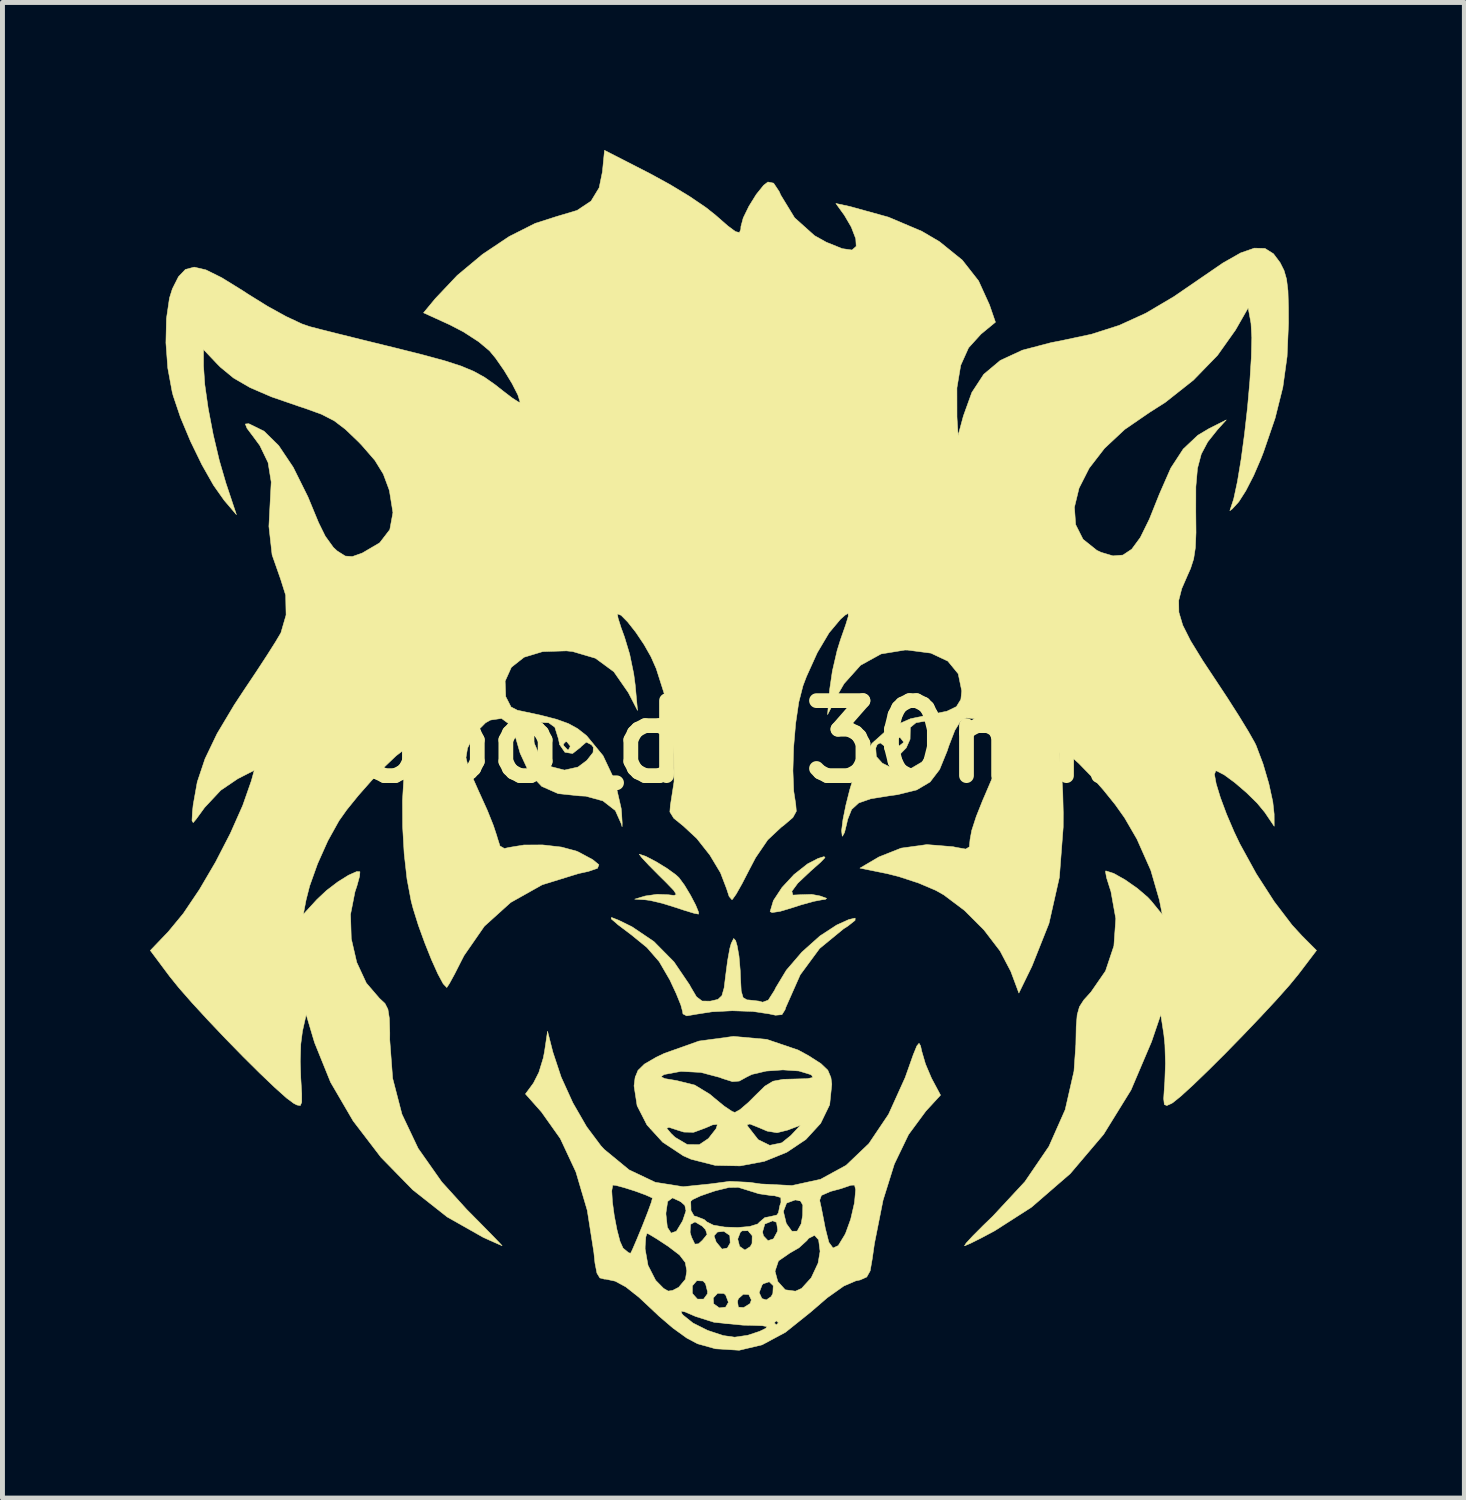
<source format=kicad_pcb>
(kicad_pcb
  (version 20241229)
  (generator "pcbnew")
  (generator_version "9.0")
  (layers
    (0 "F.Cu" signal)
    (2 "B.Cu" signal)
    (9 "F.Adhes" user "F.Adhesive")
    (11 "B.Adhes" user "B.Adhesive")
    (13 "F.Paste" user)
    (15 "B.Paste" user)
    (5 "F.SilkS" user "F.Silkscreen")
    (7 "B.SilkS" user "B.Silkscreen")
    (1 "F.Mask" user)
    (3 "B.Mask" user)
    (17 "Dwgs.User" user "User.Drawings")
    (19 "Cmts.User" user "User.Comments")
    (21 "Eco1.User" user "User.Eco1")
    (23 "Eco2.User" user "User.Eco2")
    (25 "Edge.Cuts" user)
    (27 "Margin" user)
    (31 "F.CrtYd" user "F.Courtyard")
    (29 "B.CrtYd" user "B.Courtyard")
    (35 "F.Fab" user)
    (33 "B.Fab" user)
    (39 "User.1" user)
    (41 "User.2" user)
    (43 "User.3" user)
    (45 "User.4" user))
  (footprint "lobo_de 30mm"
    (layer "F.Cu")
    (at 11.839 12.024)
    (property "Reference" "lobo_de 30mm" (at 0 0 0) (layer "F.SilkS") (effects (font (size 1.524 1.524) (thickness 0.3))))
    (attr through_hole)
    (fp_poly (pts (xy 1.879 2.355) (xy 1.787 2.451) (xy 1.587 2.628) (xy 1.325 2.875) (xy 1.204 3.039) (xy 1.225 3.117) (xy 1.376 3.11) (xy 1.608 3.103) (xy 1.778 3.135) (xy 1.91 3.183) (xy 1.886 3.205) (xy 1.82 3.212) (xy 1.647 3.245) (xy 1.385 3.318) (xy 1.206 3.376) (xy 0.965 3.448) (xy 0.804 3.472) (xy 0.762 3.454) (xy 0.829 3.229) (xy 1.004 2.963) (xy 1.248 2.7) (xy 1.522 2.484) (xy 1.736 2.373) (xy 1.859 2.335) (xy 1.879 2.355)) (stroke (width 0.01) (type solid)) (fill yes) (layer "F.SilkS"))
    (fp_poly (pts (xy -1.764 2.33) (xy -1.555 2.439) (xy -1.33 2.577) (xy -1.148 2.71) (xy -1.09 2.764) (xy -0.978 2.916) (xy -0.856 3.119) (xy -0.751 3.319) (xy -0.692 3.463) (xy -0.692 3.504) (xy -0.78 3.488) (xy -0.978 3.428) (xy -1.143 3.373) (xy -1.43 3.284) (xy -1.684 3.225) (xy -1.778 3.213) (xy -1.99 3.2) (xy -1.778 3.136) (xy -1.533 3.101) (xy -1.312 3.11) (xy -1.187 3.124) (xy -1.145 3.103) (xy -1.195 3.023) (xy -1.35 2.862) (xy -1.497 2.717) (xy -1.703 2.509) (xy -1.846 2.356) (xy -1.897 2.287) (xy -1.895 2.286) (xy -1.764 2.33)) (stroke (width 0.01) (type solid)) (fill yes) (layer "F.SilkS"))
    (fp_poly (pts (xy -2.316 3.628) (xy -2.045 3.761) (xy -1.6 4.061) (xy -1.192 4.474) (xy -0.873 4.944) (xy -0.856 4.978) (xy -0.734 5.184) (xy -0.62 5.27) (xy -0.459 5.273) (xy -0.44 5.27) (xy -0.299 5.237) (xy -0.218 5.162) (xy -0.172 5.002) (xy -0.141 4.748) (xy -0.102 4.45) (xy -0.057 4.203) (xy -0.028 4.099) (xy 0.022 3.999) (xy 0.062 4.043) (xy 0.093 4.149) (xy 0.13 4.358) (xy 0.155 4.65) (xy 0.161 4.805) (xy 0.175 5.068) (xy 0.214 5.202) (xy 0.293 5.247) (xy 0.332 5.249) (xy 0.533 5.272) (xy 0.611 5.294) (xy 0.725 5.252) (xy 0.853 5.051) (xy 0.877 5) (xy 1.092 4.644) (xy 1.409 4.275) (xy 1.776 3.947) (xy 2.115 3.726) (xy 2.363 3.614) (xy 2.491 3.585) (xy 2.489 3.631) (xy 2.344 3.746) (xy 2.256 3.802) (xy 1.768 4.203) (xy 1.374 4.738) (xy 1.081 5.399) (xy 1.066 5.447) (xy 1.003 5.547) (xy 0.872 5.559) (xy 0.741 5.531) (xy 0.409 5.482) (xy -0.006 5.468) (xy -0.421 5.489) (xy -0.741 5.539) (xy -0.933 5.572) (xy -1.009 5.532) (xy -1.016 5.485) (xy -1.052 5.351) (xy -1.147 5.117) (xy -1.279 4.834) (xy -1.281 4.832) (xy -1.492 4.469) (xy -1.742 4.182) (xy -2.052 3.929) (xy -2.33 3.719) (xy -2.466 3.601) (xy -2.462 3.571) (xy -2.316 3.628)) (stroke (width 0.01) (type solid)) (fill yes) (layer "F.SilkS"))
    (fp_poly (pts (xy 0.696 6.05) (xy 1.331 6.266) (xy 1.542 6.38) (xy 1.796 6.543) (xy 1.935 6.676) (xy 1.998 6.825) (xy 2.016 6.958) (xy 1.973 7.378) (xy 1.789 7.757) (xy 1.489 8.084) (xy 1.099 8.345) (xy 0.646 8.528) (xy 0.153 8.621) (xy -0.351 8.611) (xy -0.843 8.486) (xy -1.002 8.416) (xy -1.422 8.138) (xy -1.679 7.856) (xy -1.34 7.856) (xy -1.247 7.966) (xy -1.169 8.04) (xy -0.921 8.187) (xy -0.675 8.188) (xy -0.492 8.065) (xy -0.336 7.866) (xy -0.31 7.786) (xy 0.294 7.786) (xy 0.303 7.809) (xy 0.52 8.088) (xy 0.755 8.203) (xy 0.999 8.152) (xy 1.183 8.004) (xy 1.379 7.795) (xy 1.116 7.894) (xy 0.903 7.947) (xy 0.702 7.914) (xy 0.548 7.848) (xy 0.351 7.769) (xy 0.294 7.786) (xy -0.31 7.786) (xy -0.306 7.776) (xy -0.405 7.786) (xy -0.548 7.848) (xy -0.791 7.938) (xy -0.99 7.934) (xy -1.104 7.899) (xy -1.294 7.837) (xy -1.34 7.856) (xy -1.679 7.856) (xy -1.741 7.788) (xy -1.941 7.397) (xy -2.003 6.995) (xy -1.982 6.828) (xy -1.975 6.809) (xy -1.455 6.809) (xy -1.377 6.847) (xy -1.145 6.886) (xy -1.134 6.888) (xy -0.77 6.978) (xy -0.461 7.166) (xy -0.374 7.24) (xy -0.17 7.407) (xy -0.01 7.514) (xy 0.046 7.535) (xy 0.149 7.478) (xy 0.321 7.331) (xy 0.455 7.197) (xy 0.655 7.001) (xy 0.822 6.9) (xy 1.03 6.861) (xy 1.256 6.855) (xy 1.517 6.848) (xy 1.629 6.825) (xy 1.611 6.782) (xy 1.583 6.764) (xy 1.347 6.692) (xy 1.023 6.67) (xy 0.681 6.694) (xy 0.392 6.762) (xy 0.292 6.811) (xy 0.136 6.897) (xy -0.004 6.908) (xy -0.204 6.845) (xy -0.263 6.822) (xy -0.647 6.721) (xy -1.049 6.7) (xy -1.388 6.763) (xy -1.395 6.766) (xy -1.455 6.809) (xy -1.975 6.809) (xy -1.923 6.68) (xy -1.792 6.552) (xy -1.555 6.414) (xy -1.39 6.335) (xy -0.684 6.084) (xy 0.018 5.989) (xy 0.696 6.05)) (stroke (width 0.01) (type solid)) (fill yes) (layer "F.SilkS"))
    (fp_poly (pts (xy -3.653 6.308) (xy -3.485 6.815) (xy -3.247 7.339) (xy -2.968 7.823) (xy -2.678 8.211) (xy -2.61 8.285) (xy -2.103 8.702) (xy -1.572 8.954) (xy -1.004 9.044) (xy -0.434 8.985) (xy -0.058 8.935) (xy 0.346 8.955) (xy 0.573 8.988) (xy 1.207 9.02) (xy 1.785 8.894) (xy 2.307 8.609) (xy 2.769 8.168) (xy 3.169 7.573) (xy 3.507 6.826) (xy 3.557 6.685) (xy 3.671 6.363) (xy 3.744 6.184) (xy 3.789 6.129) (xy 3.82 6.181) (xy 3.843 6.287) (xy 3.92 6.551) (xy 4.041 6.836) (xy 4.061 6.874) (xy 4.226 7.183) (xy 3.928 7.507) (xy 3.576 7.984) (xy 3.287 8.584) (xy 3.058 9.317) (xy 2.883 10.197) (xy 2.838 10.511) (xy 2.796 10.754) (xy 2.726 10.879) (xy 2.592 10.939) (xy 2.505 10.957) (xy 2.261 11.062) (xy 1.924 11.301) (xy 1.582 11.596) (xy 1.074 12.003) (xy 0.599 12.258) (xy 0.134 12.368) (xy -0.347 12.338) (xy -0.712 12.236) (xy -0.931 12.12) (xy -1.211 11.918) (xy -1.501 11.67) (xy -1.559 11.614) (xy -1.605 11.571) (xy -1.05 11.571) (xy -1.03 11.624) (xy -1.006 11.654) (xy -0.805 11.815) (xy -0.508 11.964) (xy -0.191 12.069) (xy 0.042 12.102) (xy 0.309 12.063) (xy 0.55 11.983) (xy 0.673 11.923) (xy 0.698 11.887) (xy 0.604 11.869) (xy 0.37 11.861) (xy 0.212 11.858) (xy -0.262 11.811) (xy 0.847 11.811) (xy 0.889 11.853) (xy 0.931 11.811) (xy 0.889 11.769) (xy 0.847 11.811) (xy -0.262 11.811) (xy -0.378 11.799) (xy -0.752 11.681) (xy -0.965 11.589) (xy -1.05 11.571) (xy -1.605 11.571) (xy -1.904 11.291) (xy -2.004 11.212) (xy -0.818 11.212) (xy -0.818 11.213) (xy -0.715 11.328) (xy -0.589 11.328) (xy -0.572 11.305) (xy -0.393 11.305) (xy -0.386 11.423) (xy -0.269 11.507) (xy -0.142 11.492) (xy -0.085 11.393) (xy -0.092 11.374) (xy 0.099 11.374) (xy 0.117 11.492) (xy 0.225 11.5) (xy 0.356 11.418) (xy 0.381 11.344) (xy 0.328 11.236) (xy 0.217 11.23) (xy 0.119 11.318) (xy 0.099 11.374) (xy -0.092 11.374) (xy -0.141 11.245) (xy -0.177 11.214) (xy -0.304 11.21) (xy -0.393 11.305) (xy -0.572 11.305) (xy -0.511 11.22) (xy -0.509 11.196) (xy 0.54 11.196) (xy 0.596 11.317) (xy 0.685 11.345) (xy 0.783 11.278) (xy 0.818 11.213) (xy 0.826 11.055) (xy 0.744 10.976) (xy 0.622 11.017) (xy 0.599 11.042) (xy 0.54 11.196) (xy -0.509 11.196) (xy -0.508 11.181) (xy -0.55 11.016) (xy -0.6 10.96) (xy -0.728 10.954) (xy -0.817 11.058) (xy -0.818 11.212) (xy -2.004 11.212) (xy -2.171 11.08) (xy -2.385 10.964) (xy -2.576 10.923) (xy -2.607 10.922) (xy -2.698 10.898) (xy -2.757 10.801) (xy -2.797 10.597) (xy -2.82 10.377) (xy -2.954 9.524) (xy -3.072 9.125) (xy -2.456 9.125) (xy -2.443 9.35) (xy -2.405 9.632) (xy -2.35 9.918) (xy -2.288 10.156) (xy -2.227 10.291) (xy -2.223 10.295) (xy -2.113 10.386) (xy -2.073 10.397) (xy -2.031 10.312) (xy -2.031 10.31) (xy -1.778 10.31) (xy -1.719 10.643) (xy -1.564 10.946) (xy -1.402 11.111) (xy -1.308 11.165) (xy -1.219 11.152) (xy -1.095 11.088) (xy -0.959 10.925) (xy -0.932 10.761) (xy 0.862 10.761) (xy 0.918 10.97) (xy 1.07 11.139) (xy 1.277 11.167) (xy 1.402 11.111) (xy 1.598 10.895) (xy 1.737 10.598) (xy 1.778 10.358) (xy 1.748 10.124) (xy 1.666 10.032) (xy 1.546 10.093) (xy 1.509 10.139) (xy 1.349 10.285) (xy 1.162 10.393) (xy 0.932 10.552) (xy 0.862 10.761) (xy -0.932 10.761) (xy -0.931 10.756) (xy -0.962 10.584) (xy -1.078 10.432) (xy -1.313 10.253) (xy -1.317 10.251) (xy -1.536 10.107) (xy -1.692 10.013) (xy -1.74 9.991) (xy -1.764 10.066) (xy -1.777 10.251) (xy -1.778 10.31) (xy -2.031 10.31) (xy -1.946 10.112) (xy -1.834 9.84) (xy -1.829 9.828) (xy -1.74 9.601) (xy -1.355 9.601) (xy -1.326 9.869) (xy -1.249 9.987) (xy -1.209 9.972) (xy -0.864 9.972) (xy -0.835 10.069) (xy -0.767 10.21) (xy -0.693 10.205) (xy -0.614 10.133) (xy -0.541 10.043) (xy -0.377 10.043) (xy -0.334 10.168) (xy -0.215 10.312) (xy -0.107 10.29) (xy -0.049 10.188) (xy -0.053 10.107) (xy 0.104 10.107) (xy 0.142 10.256) (xy 0.247 10.329) (xy 0.254 10.329) (xy 0.359 10.261) (xy 0.395 10.197) (xy 0.398 10.04) (xy 0.336 9.965) (xy 0.608 9.965) (xy 0.628 10.044) (xy 0.719 10.14) (xy 0.83 10.104) (xy 0.909 9.957) (xy 0.916 9.921) (xy 0.893 9.768) (xy 0.815 9.737) (xy 0.655 9.802) (xy 0.608 9.965) (xy 0.336 9.965) (xy 0.314 9.939) (xy 0.193 9.941) (xy 0.158 9.968) (xy 0.104 10.107) (xy -0.053 10.107) (xy -0.057 10.034) (xy -0.177 9.951) (xy -0.308 9.965) (xy -0.377 10.043) (xy -0.541 10.043) (xy -0.518 10.014) (xy -0.55 9.917) (xy -0.616 9.846) (xy -0.764 9.759) (xy -0.855 9.81) (xy -0.864 9.972) (xy -1.209 9.972) (xy -1.142 9.948) (xy -1.02 9.746) (xy -1.011 9.725) (xy -0.947 9.534) (xy -0.971 9.423) (xy -1.056 9.347) (xy -1.069 9.341) (xy -0.851 9.341) (xy -0.847 9.469) (xy -0.847 9.525) (xy -0.784 9.637) (xy -0.73 9.652) (xy -0.576 9.712) (xy -0.525 9.758) (xy -0.391 9.825) (xy -0.161 9.864) (xy 0.104 9.873) (xy 0.348 9.852) (xy 0.511 9.801) (xy 0.544 9.766) (xy 0.654 9.672) (xy 0.759 9.652) (xy 0.898 9.62) (xy 0.931 9.574) (xy 0.937 9.546) (xy 1.032 9.546) (xy 1.091 9.791) (xy 1.091 9.791) (xy 1.204 9.948) (xy 1.312 9.947) (xy 1.394 9.798) (xy 1.423 9.624) (xy 1.427 9.417) (xy 1.376 9.33) (xy 1.318 9.32) (xy 1.769 9.32) (xy 1.802 9.468) (xy 1.851 9.716) (xy 1.884 9.889) (xy 1.956 10.173) (xy 2.041 10.29) (xy 2.147 10.241) (xy 2.278 10.026) (xy 2.298 9.986) (xy 2.4 9.704) (xy 2.474 9.383) (xy 2.481 9.328) (xy 2.501 9.104) (xy 2.478 9.011) (xy 2.402 9.014) (xy 2.385 9.021) (xy 2.2 9.084) (xy 1.99 9.14) (xy 1.805 9.221) (xy 1.769 9.32) (xy 1.318 9.32) (xy 1.272 9.313) (xy 1.097 9.377) (xy 1.032 9.546) (xy 0.937 9.546) (xy 0.959 9.432) (xy 0.983 9.363) (xy 0.98 9.264) (xy 0.849 9.227) (xy 0.792 9.225) (xy 0.533 9.187) (xy 0.297 9.113) (xy 0.116 9.057) (xy -0.075 9.06) (xy -0.342 9.125) (xy -0.406 9.145) (xy -0.651 9.23) (xy -0.812 9.305) (xy -0.851 9.341) (xy -1.069 9.341) (xy -1.222 9.271) (xy -1.32 9.344) (xy -1.354 9.571) (xy -1.355 9.601) (xy -1.74 9.601) (xy -1.723 9.557) (xy -1.651 9.359) (xy -1.629 9.273) (xy -1.63 9.273) (xy -1.771 9.21) (xy -1.981 9.133) (xy -2.202 9.063) (xy -2.373 9.017) (xy -2.435 9.011) (xy -2.456 9.125) (xy -3.072 9.125) (xy -3.185 8.743) (xy -3.502 8.065) (xy -3.885 7.525) (xy -4.21 7.159) (xy -4.048 6.939) (xy -3.937 6.72) (xy -3.847 6.426) (xy -3.823 6.301) (xy -3.761 5.884) (xy -3.653 6.308)) (stroke (width 0.01) (type solid)) (fill yes) (layer "F.SilkS"))
    (fp_poly (pts (xy -1.685 -11.549) (xy -1.277 -11.326) (xy -0.879 -11.085) (xy -0.543 -10.857) (xy -0.35 -10.704) (xy -0.096 -10.482) (xy 0.059 -10.367) (xy 0.139 -10.348) (xy 0.167 -10.415) (xy 0.169 -10.47) (xy 0.216 -10.645) (xy 0.332 -10.883) (xy 0.481 -11.123) (xy 0.63 -11.308) (xy 0.717 -11.375) (xy 0.833 -11.352) (xy 0.947 -11.181) (xy 0.978 -11.11) (xy 1.26 -10.648) (xy 1.665 -10.285) (xy 1.905 -10.151) (xy 2.228 -10.021) (xy 2.427 -9.993) (xy 2.512 -10.068) (xy 2.503 -10.223) (xy 2.412 -10.46) (xy 2.273 -10.698) (xy 2.099 -10.939) (xy 2.383 -10.878) (xy 3.167 -10.661) (xy 3.845 -10.374) (xy 4.204 -10.163) (xy 4.668 -9.788) (xy 4.999 -9.366) (xy 5.22 -8.88) (xy 5.342 -8.526) (xy 5.048 -8.284) (xy 4.796 -8.006) (xy 4.636 -7.65) (xy 4.559 -7.191) (xy 4.56 -6.604) (xy 4.562 -6.562) (xy 4.583 -6.223) (xy 4.69 -6.62) (xy 4.862 -7.097) (xy 5.104 -7.467) (xy 5.439 -7.748) (xy 5.889 -7.957) (xy 6.476 -8.111) (xy 6.659 -8.146) (xy 7.293 -8.281) (xy 7.858 -8.462) (xy 8.401 -8.71) (xy 8.969 -9.046) (xy 9.498 -9.409) (xy 9.963 -9.728) (xy 10.325 -9.934) (xy 10.604 -10.031) (xy 10.82 -10.025) (xy 10.992 -9.917) (xy 11.127 -9.737) (xy 11.207 -9.578) (xy 11.258 -9.401) (xy 11.287 -9.164) (xy 11.297 -8.826) (xy 11.298 -8.509) (xy 11.269 -7.828) (xy 11.183 -7.204) (xy 11.026 -6.576) (xy 10.788 -5.882) (xy 10.737 -5.751) (xy 10.59 -5.41) (xy 10.431 -5.101) (xy 10.292 -4.883) (xy 10.275 -4.862) (xy 10.154 -4.73) (xy 10.106 -4.695) (xy 10.111 -4.711) (xy 10.184 -4.933) (xy 10.26 -5.288) (xy 10.335 -5.741) (xy 10.404 -6.255) (xy 10.465 -6.795) (xy 10.512 -7.326) (xy 10.542 -7.81) (xy 10.552 -8.213) (xy 10.536 -8.499) (xy 10.53 -8.536) (xy 10.478 -8.817) (xy 10.221 -8.368) (xy 9.855 -7.852) (xy 9.365 -7.348) (xy 8.793 -6.896) (xy 8.474 -6.693) (xy 7.97 -6.347) (xy 7.559 -5.963) (xy 7.247 -5.559) (xy 7.041 -5.153) (xy 6.947 -4.765) (xy 6.972 -4.412) (xy 7.122 -4.114) (xy 7.403 -3.889) (xy 7.491 -3.848) (xy 7.73 -3.777) (xy 7.932 -3.793) (xy 8.112 -3.913) (xy 8.287 -4.151) (xy 8.47 -4.523) (xy 8.674 -5.033) (xy 8.905 -5.56) (xy 9.158 -5.948) (xy 9.454 -6.227) (xy 9.678 -6.361) (xy 10.033 -6.54) (xy 9.852 -6.339) (xy 9.656 -6.093) (xy 9.525 -5.846) (xy 9.448 -5.556) (xy 9.415 -5.181) (xy 9.414 -4.679) (xy 9.418 -4.249) (xy 9.405 -3.943) (xy 9.37 -3.714) (xy 9.307 -3.519) (xy 9.248 -3.387) (xy 9.128 -3.111) (xy 9.066 -2.869) (xy 9.07 -2.631) (xy 9.148 -2.368) (xy 9.308 -2.05) (xy 9.556 -1.646) (xy 9.784 -1.302) (xy 10.049 -0.901) (xy 10.289 -0.525) (xy 10.483 -0.207) (xy 10.611 0.019) (xy 10.64 0.079) (xy 10.78 0.45) (xy 10.898 0.852) (xy 10.979 1.223) (xy 11.006 1.473) (xy 11.007 1.718) (xy 10.815 1.434) (xy 10.661 1.248) (xy 10.444 1.035) (xy 10.206 0.831) (xy 9.991 0.673) (xy 9.839 0.595) (xy 9.819 0.593) (xy 9.793 0.664) (xy 9.828 0.856) (xy 9.914 1.137) (xy 10.039 1.473) (xy 10.193 1.833) (xy 10.308 2.074) (xy 10.644 2.686) (xy 11.008 3.251) (xy 11.369 3.725) (xy 11.568 3.942) (xy 11.867 4.242) (xy 11.501 4.724) (xy 11.313 4.953) (xy 11.047 5.252) (xy 10.725 5.598) (xy 10.372 5.968) (xy 10.011 6.338) (xy 9.664 6.683) (xy 9.355 6.981) (xy 9.108 7.206) (xy 8.946 7.337) (xy 8.921 7.352) (xy 8.824 7.395) (xy 8.774 7.373) (xy 8.761 7.256) (xy 8.776 7.011) (xy 8.784 6.907) (xy 8.797 6.538) (xy 8.786 6.163) (xy 8.765 5.956) (xy 8.702 5.546) (xy 8.515 6.096) (xy 8.097 7.079) (xy 7.541 7.979) (xy 6.862 8.779) (xy 6.073 9.462) (xy 5.327 9.94) (xy 5.051 10.087) (xy 4.835 10.195) (xy 4.719 10.244) (xy 4.713 10.245) (xy 4.746 10.191) (xy 4.88 10.046) (xy 5.092 9.833) (xy 5.289 9.643) (xy 5.941 8.941) (xy 6.429 8.225) (xy 6.759 7.48) (xy 6.938 6.696) (xy 6.976 6.151) (xy 6.983 5.79) (xy 7.003 5.551) (xy 7.049 5.387) (xy 7.136 5.251) (xy 7.276 5.096) (xy 7.284 5.087) (xy 7.579 4.66) (xy 7.749 4.151) (xy 7.788 3.598) (xy 7.689 3.044) (xy 7.666 2.974) (xy 7.6 2.764) (xy 7.578 2.639) (xy 7.585 2.625) (xy 7.745 2.676) (xy 7.976 2.806) (xy 8.224 2.979) (xy 8.435 3.159) (xy 8.507 3.236) (xy 8.733 3.514) (xy 8.674 3.217) (xy 8.499 2.613) (xy 8.218 1.98) (xy 7.968 1.549) (xy 7.775 1.277) (xy 7.536 0.981) (xy 7.28 0.692) (xy 7.036 0.441) (xy 6.832 0.257) (xy 6.697 0.172) (xy 6.681 0.169) (xy 6.637 0.244) (xy 6.657 0.454) (xy 6.664 0.487) (xy 6.691 0.704) (xy 6.71 1.039) (xy 6.72 1.441) (xy 6.719 1.736) (xy 6.641 2.757) (xy 6.43 3.693) (xy 6.083 4.565) (xy 5.818 5.108) (xy 5.654 4.668) (xy 5.437 4.255) (xy 5.109 3.826) (xy 4.712 3.429) (xy 4.292 3.113) (xy 4.129 3.021) (xy 3.781 2.873) (xy 3.375 2.74) (xy 3.13 2.679) (xy 2.588 2.569) (xy 2.974 2.342) (xy 3.425 2.163) (xy 3.948 2.091) (xy 4.479 2.134) (xy 4.551 2.149) (xy 4.738 2.182) (xy 4.812 2.137) (xy 4.826 1.986) (xy 4.86 1.803) (xy 4.951 1.522) (xy 5.082 1.193) (xy 5.122 1.101) (xy 5.259 0.78) (xy 5.362 0.503) (xy 5.415 0.318) (xy 5.418 0.286) (xy 5.36 0.059) (xy 5.218 -0.188) (xy 5.037 -0.389) (xy 4.908 -0.467) (xy 4.754 -0.485) (xy 4.63 -0.414) (xy 4.517 -0.231) (xy 4.393 0.09) (xy 4.361 0.188) (xy 4.207 0.565) (xy 4.013 0.819) (xy 3.741 0.98) (xy 3.353 1.076) (xy 3.185 1.099) (xy 2.807 1.16) (xy 2.563 1.245) (xy 2.419 1.377) (xy 2.339 1.578) (xy 2.32 1.663) (xy 2.275 1.845) (xy 2.234 1.92) (xy 2.228 1.918) (xy 2.215 1.807) (xy 2.243 1.582) (xy 2.302 1.289) (xy 2.381 0.975) (xy 2.47 0.686) (xy 2.557 0.47) (xy 2.773 0.129) (xy 2.909 0.129) (xy 2.921 0.301) (xy 3.043 0.437) (xy 3.326 0.576) (xy 3.62 0.547) (xy 3.841 0.417) (xy 4.002 0.241) (xy 4.061 0.011) (xy 4.064 -0.091) (xy 4.04 -0.33) (xy 3.963 -0.421) (xy 3.944 -0.423) (xy 3.728 -0.386) (xy 3.612 -0.291) (xy 3.61 -0.211) (xy 3.607 -0.051) (xy 3.529 0.125) (xy 3.415 0.242) (xy 3.369 0.254) (xy 3.236 0.202) (xy 3.12 0.115) (xy 3.001 0.024) (xy 2.939 0.058) (xy 2.909 0.129) (xy 2.773 0.129) (xy 2.835 0.032) (xy 2.871 0) (xy 3.302 0) (xy 3.366 0.082) (xy 3.387 0.085) (xy 3.469 0.02) (xy 3.471 0) (xy 3.407 -0.082) (xy 3.387 -0.085) (xy 3.304 -0.02) (xy 3.302 0) (xy 2.871 0) (xy 3.176 -0.273) (xy 3.614 -0.466) (xy 4.024 -0.553) (xy 4.355 -0.619) (xy 4.549 -0.713) (xy 4.639 -0.86) (xy 4.657 -1.032) (xy 4.585 -1.381) (xy 4.374 -1.638) (xy 4.03 -1.8) (xy 3.558 -1.862) (xy 3.503 -1.863) (xy 3.018 -1.784) (xy 2.601 -1.554) (xy 2.265 -1.179) (xy 2.159 -0.996) (xy 1.93 -0.55) (xy 1.972 -1.058) (xy 2.028 -1.437) (xy 2.124 -1.852) (xy 2.192 -2.071) (xy 2.3 -2.38) (xy 2.352 -2.551) (xy 2.347 -2.608) (xy 2.287 -2.573) (xy 2.193 -2.49) (xy 1.96 -2.212) (xy 1.721 -1.809) (xy 1.5 -1.321) (xy 1.43 -1.136) (xy 1.345 -0.804) (xy 1.281 -0.369) (xy 1.24 0.114) (xy 1.226 0.59) (xy 1.242 1.003) (xy 1.283 1.27) (xy 1.295 1.414) (xy 1.225 1.541) (xy 1.043 1.697) (xy 0.987 1.739) (xy 0.714 1.995) (xy 0.467 2.357) (xy 0.339 2.601) (xy 0.193 2.884) (xy 0.072 3.098) (xy -0.005 3.206) (xy -0.014 3.211) (xy -0.071 3.144) (xy -0.123 2.985) (xy -0.246 2.664) (xy -0.462 2.304) (xy -0.728 1.967) (xy -0.999 1.715) (xy -1.196 1.555) (xy -1.275 1.427) (xy -1.264 1.281) (xy -1.261 1.27) (xy -1.19 0.814) (xy -1.191 0.259) (xy -1.256 -0.343) (xy -1.379 -0.942) (xy -1.552 -1.485) (xy -1.659 -1.727) (xy -1.8 -1.975) (xy -1.966 -2.222) (xy -2.131 -2.432) (xy -2.266 -2.569) (xy -2.341 -2.598) (xy -2.328 -2.512) (xy -2.266 -2.316) (xy -2.197 -2.127) (xy -2.092 -1.779) (xy -2.009 -1.377) (xy -1.98 -1.158) (xy -1.932 -0.635) (xy -2.12 -0.999) (xy -2.413 -1.421) (xy -2.787 -1.696) (xy -3.252 -1.833) (xy -3.377 -1.846) (xy -3.86 -1.831) (xy -4.237 -1.717) (xy -4.496 -1.513) (xy -4.623 -1.231) (xy -4.611 -0.917) (xy -4.503 -0.706) (xy -4.375 -0.64) (xy -3.911 -0.541) (xy -3.577 -0.455) (xy -3.336 -0.368) (xy -3.152 -0.267) (xy -2.987 -0.138) (xy -2.961 -0.115) (xy -2.633 0.284) (xy -2.394 0.79) (xy -2.265 1.353) (xy -2.256 1.451) (xy -2.244 1.655) (xy -2.246 1.729) (xy -2.26 1.674) (xy -2.383 1.399) (xy -2.635 1.203) (xy -2.984 1.107) (xy -3.11 1.101) (xy -3.546 1.055) (xy -3.879 0.908) (xy -4.13 0.64) (xy -4.318 0.234) (xy -4.386 -0.002) (xy -4.035 -0.002) (xy -4.029 0.035) (xy -3.904 0.323) (xy -3.686 0.508) (xy -3.417 0.577) (xy -3.142 0.515) (xy -2.962 0.38) (xy -2.836 0.219) (xy -2.83 0.112) (xy -2.869 0.062) (xy -2.973 0.009) (xy -3.079 0.099) (xy -3.09 0.113) (xy -3.252 0.24) (xy -3.408 0.215) (xy -3.517 0.056) (xy -3.517 0.052) (xy -3.442 0.052) (xy -3.429 0.085) (xy -3.353 0.165) (xy -3.339 0.169) (xy -3.303 0.104) (xy -3.302 0.085) (xy -3.367 0.003) (xy -3.392 0) (xy -3.442 0.052) (xy -3.517 0.052) (xy -3.54 -0.06) (xy -3.613 -0.294) (xy -3.739 -0.385) (xy -3.934 -0.392) (xy -4.035 -0.261) (xy -4.035 -0.002) (xy -4.386 -0.002) (xy -4.402 -0.058) (xy -4.522 -0.345) (xy -4.696 -0.473) (xy -4.921 -0.44) (xy -5.021 -0.384) (xy -5.241 -0.162) (xy -5.387 0.131) (xy -5.419 0.324) (xy -5.384 0.467) (xy -5.291 0.713) (xy -5.158 1.013) (xy -5.132 1.069) (xy -4.984 1.396) (xy -4.862 1.701) (xy -4.789 1.922) (xy -4.786 1.937) (xy -4.728 2.119) (xy -4.638 2.17) (xy -4.543 2.149) (xy -4.24 2.099) (xy -3.86 2.098) (xy -3.479 2.141) (xy -3.172 2.224) (xy -3.125 2.245) (xy -2.843 2.397) (xy -2.717 2.5) (xy -2.746 2.573) (xy -2.931 2.636) (xy -3.133 2.68) (xy -3.87 2.908) (xy -4.511 3.268) (xy -5.045 3.75) (xy -5.458 4.346) (xy -5.512 4.451) (xy -5.647 4.717) (xy -5.753 4.911) (xy -5.808 4.995) (xy -5.81 4.995) (xy -5.881 4.921) (xy -5.989 4.721) (xy -6.119 4.432) (xy -6.256 4.09) (xy -6.386 3.732) (xy -6.492 3.393) (xy -6.533 3.237) (xy -6.617 2.791) (xy -6.675 2.272) (xy -6.706 1.725) (xy -6.709 1.199) (xy -6.682 0.74) (xy -6.625 0.394) (xy -6.615 0.36) (xy -6.568 0.181) (xy -6.589 0.128) (xy -6.674 0.162) (xy -6.837 0.285) (xy -7.069 0.506) (xy -7.337 0.788) (xy -7.605 1.092) (xy -7.841 1.383) (xy -8.001 1.609) (xy -8.227 2.016) (xy -8.435 2.481) (xy -8.596 2.932) (xy -8.668 3.214) (xy -8.724 3.508) (xy -8.447 3.206) (xy -8.253 3.024) (xy -8.025 2.85) (xy -7.806 2.713) (xy -7.639 2.639) (xy -7.574 2.643) (xy -7.581 2.733) (xy -7.634 2.928) (xy -7.675 3.051) (xy -7.765 3.509) (xy -7.75 4.003) (xy -7.639 4.484) (xy -7.444 4.905) (xy -7.176 5.217) (xy -7.168 5.224) (xy -7.065 5.32) (xy -7.005 5.438) (xy -6.976 5.623) (xy -6.967 5.917) (xy -6.968 6.057) (xy -6.909 6.842) (xy -6.72 7.571) (xy -6.391 8.265) (xy -5.912 8.946) (xy -5.406 9.504) (xy -5.127 9.786) (xy -4.899 10.018) (xy -4.744 10.178) (xy -4.685 10.242) (xy -4.685 10.243) (xy -4.763 10.21) (xy -4.946 10.129) (xy -5.071 10.072) (xy -5.801 9.659) (xy -6.501 9.107) (xy -7.147 8.446) (xy -7.712 7.707) (xy -8.171 6.92) (xy -8.496 6.116) (xy -8.516 6.05) (xy -8.666 5.546) (xy -8.742 5.884) (xy -8.776 6.146) (xy -8.787 6.496) (xy -8.776 6.836) (xy -8.757 7.151) (xy -8.757 7.327) (xy -8.786 7.395) (xy -8.853 7.384) (xy -8.918 7.351) (xy -9.066 7.241) (xy -9.303 7.029) (xy -9.605 6.741) (xy -9.949 6.4) (xy -10.31 6.03) (xy -10.664 5.657) (xy -10.987 5.306) (xy -11.256 4.999) (xy -11.443 4.767) (xy -11.834 4.243) (xy -11.469 3.862) (xy -11.164 3.492) (xy -10.836 3.005) (xy -10.508 2.446) (xy -10.207 1.862) (xy -9.956 1.296) (xy -9.781 0.796) (xy -9.776 0.778) (xy -9.722 0.582) (xy -10.057 0.753) (xy -10.402 0.987) (xy -10.73 1.337) (xy -10.904 1.576) (xy -10.963 1.645) (xy -10.987 1.603) (xy -10.978 1.428) (xy -10.963 1.284) (xy -10.88 0.819) (xy -10.722 0.347) (xy -10.477 -0.164) (xy -10.13 -0.745) (xy -9.93 -1.049) (xy -9.683 -1.418) (xy -9.462 -1.756) (xy -9.289 -2.029) (xy -9.187 -2.201) (xy -9.18 -2.213) (xy -9.075 -2.575) (xy -9.083 -2.977) (xy -9.184 -3.298) (xy -9.359 -3.797) (xy -9.424 -4.377) (xy -9.403 -4.784) (xy -9.377 -5.278) (xy -9.441 -5.673) (xy -9.608 -6.019) (xy -9.727 -6.181) (xy -9.869 -6.37) (xy -9.903 -6.457) (xy -9.836 -6.463) (xy -9.829 -6.461) (xy -9.523 -6.311) (xy -9.225 -6.018) (xy -8.929 -5.576) (xy -8.631 -4.977) (xy -8.415 -4.454) (xy -8.279 -4.178) (xy -8.114 -3.949) (xy -8.035 -3.876) (xy -7.871 -3.773) (xy -7.728 -3.763) (xy -7.527 -3.834) (xy -7.173 -4.042) (xy -6.967 -4.31) (xy -6.903 -4.656) (xy -6.974 -5.096) (xy -6.984 -5.131) (xy -7.099 -5.44) (xy -7.27 -5.718) (xy -7.535 -6.023) (xy -7.603 -6.094) (xy -7.868 -6.348) (xy -8.098 -6.523) (xy -8.355 -6.655) (xy -8.701 -6.78) (xy -8.8 -6.812) (xy -9.371 -7.009) (xy -9.807 -7.197) (xy -10.143 -7.392) (xy -10.412 -7.614) (xy -10.477 -7.68) (xy -10.753 -7.971) (xy -10.753 -7.637) (xy -10.727 -7.258) (xy -10.658 -6.774) (xy -10.556 -6.241) (xy -10.431 -5.713) (xy -10.295 -5.246) (xy -10.293 -5.242) (xy -10.084 -4.614) (xy -10.334 -4.907) (xy -10.55 -5.213) (xy -10.786 -5.63) (xy -11.018 -6.107) (xy -11.221 -6.592) (xy -11.37 -7.034) (xy -11.39 -7.111) (xy -11.479 -7.593) (xy -11.517 -8.107) (xy -11.506 -8.599) (xy -11.445 -9.016) (xy -11.386 -9.204) (xy -11.262 -9.45) (xy -11.121 -9.598) (xy -10.942 -9.645) (xy -10.703 -9.589) (xy -10.382 -9.43) (xy -9.955 -9.166) (xy -9.853 -9.099) (xy -9.457 -8.853) (xy -9.075 -8.642) (xy -8.753 -8.491) (xy -8.594 -8.436) (xy -8.362 -8.376) (xy -8.007 -8.287) (xy -7.568 -8.178) (xy -7.088 -8.06) (xy -6.858 -8.004) (xy -6.289 -7.861) (xy -5.854 -7.743) (xy -5.522 -7.636) (xy -5.262 -7.528) (xy -5.043 -7.407) (xy -4.833 -7.26) (xy -4.678 -7.138) (xy -4.482 -6.988) (xy -4.351 -6.903) (xy -4.318 -6.898) (xy -4.364 -7.048) (xy -4.483 -7.281) (xy -4.645 -7.548) (xy -4.818 -7.797) (xy -4.941 -7.945) (xy -5.162 -8.13) (xy -5.468 -8.328) (xy -5.744 -8.472) (xy -6.281 -8.717) (xy -6.04 -9.008) (xy -5.596 -9.477) (xy -5.083 -9.905) (xy -4.542 -10.267) (xy -4.013 -10.534) (xy -3.586 -10.671) (xy -3.161 -10.798) (xy -2.877 -10.987) (xy -2.712 -11.259) (xy -2.646 -11.581) (xy -2.603 -12.019) (xy -1.685 -11.549)) (stroke (width 0.01) (type solid)) (fill yes) (layer "F.SilkS")))
  (gr_rect
    (start -3 -3)
    (end 26.711 27.396)
    (stroke (width 0.1) (type default))
    (fill no)
    (layer "Edge.Cuts")))
</source>
